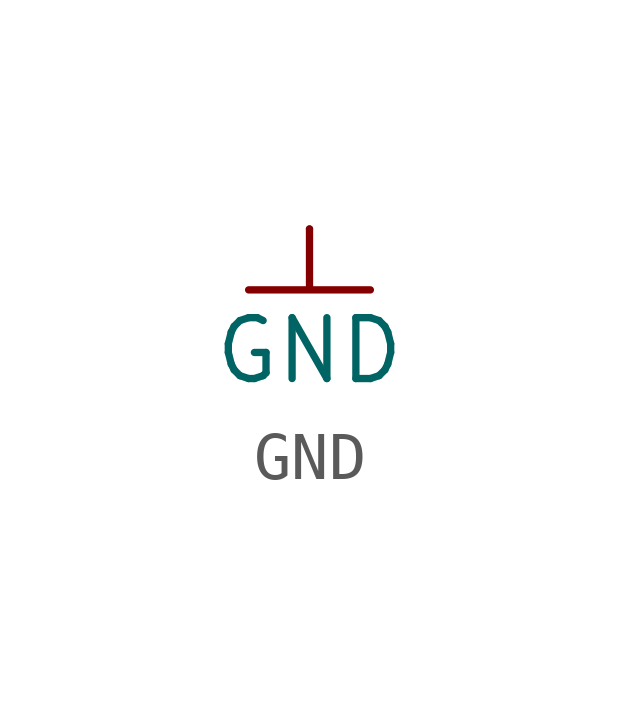
<source format=kicad_sym>
(kicad_symbol_lib
  (version 20241209)
  (generator "kicad_symbol_editor")
  (generator_version "9.0")
  (symbol "GND"
    (power)
    (pin_numbers
      (hide yes))
    (pin_names
      (offset 0)
      (hide yes))
    (property "Reference" "#PWR"
      (at 0 -6.35 0)
      (effects (font (size 1.27 1.27)) (hide yes)))
    (property "Value" "GND"
      (at 0 -2.54 0)
      (effects (font (size 1.27 1.27))))
    (symbol "GND_1_1"
      (polyline (pts (xy 0 0) (xy 0 -1.27) (xy 1.27 -1.27) (xy 0 -1.27) (xy -1.27 -1.27) (xy 0 -1.27)) (stroke (width 0) (type solid)) (fill (type none)))
      (pin power_in line (at 0 0 270) (length 0) (name "~" (effects (font (size 1.27 1.27)))) (number "1" (effects (font (size 1.27 1.27))))))))
</source>
